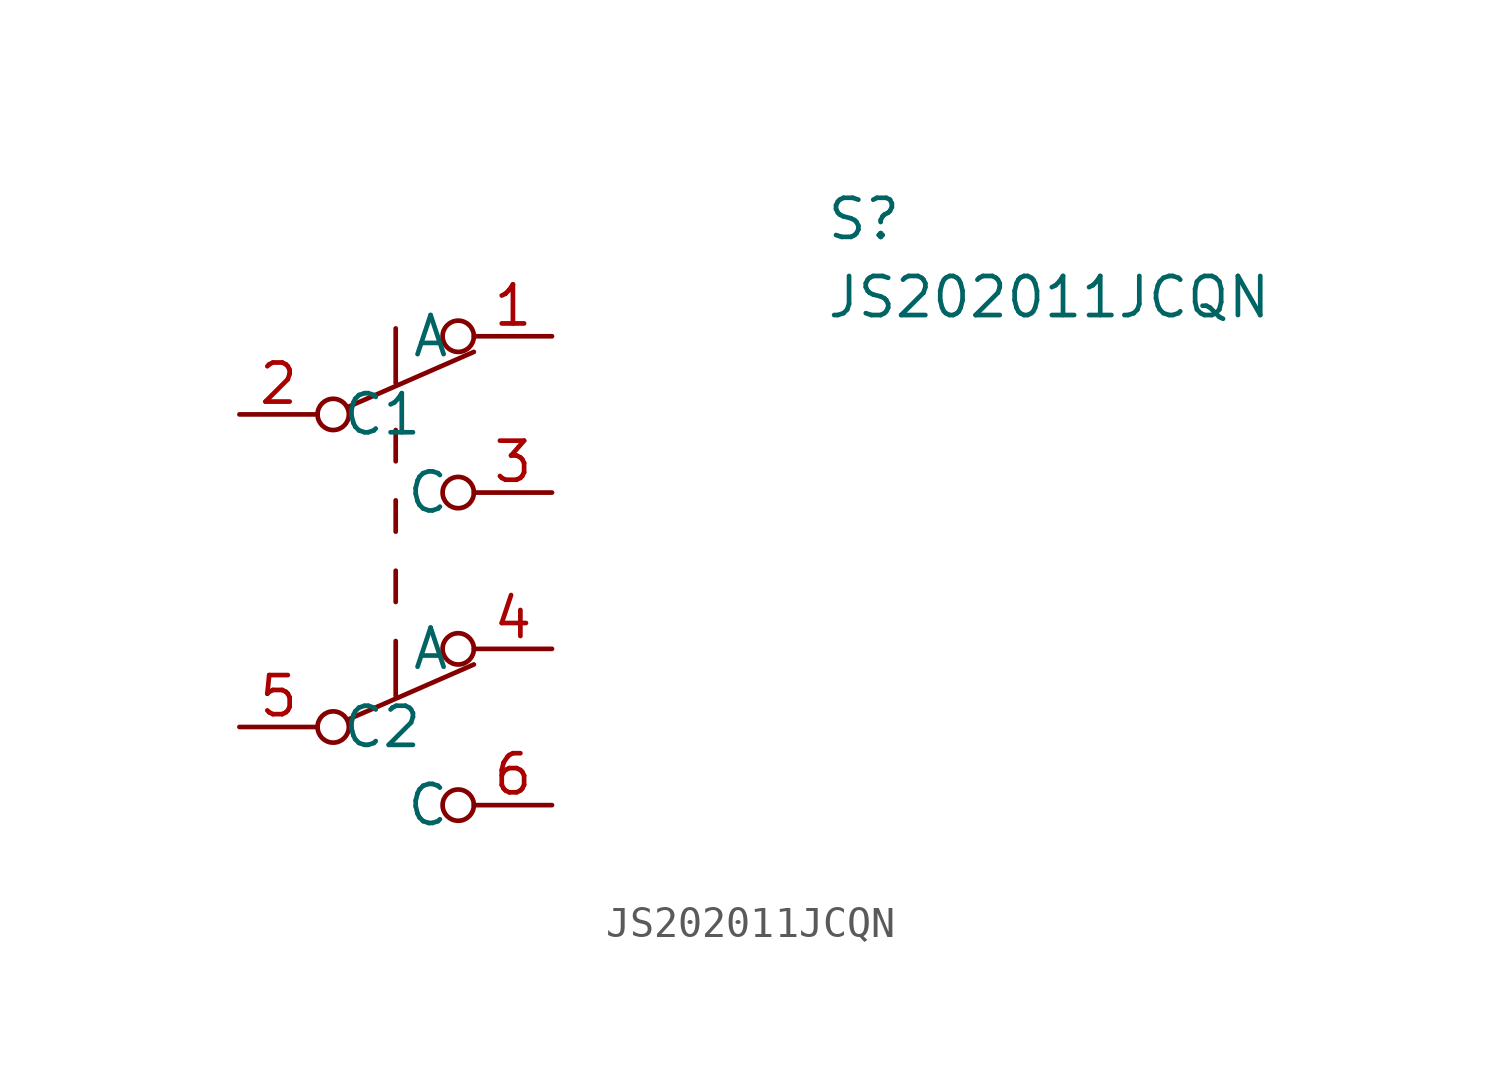
<source format=kicad_sym>
(kicad_symbol_lib
  (version 20211014)
  (generator kicad_symbol_editor)
  (symbol "JS202011JCQN"
    (pin_names
      (offset 0.762))
    (property "Reference" "S"
      (at 19.05 6.35 0)
      (effects (font (size 1.27 1.27)) (justify left)))
    (property "Value" "JS202011JCQN"
      (at 19.05 3.81 0)
      (effects (font (size 1.27 1.27)) (justify left)))
    (symbol "JS202011JCQN_0_0"
      (circle (center 3.048 -10.16) (radius 0.508) (stroke (width 0) (type default) (color 0 0 0 0)) (fill (type none)))
      (circle (center 3.048 0) (radius 0.508) (stroke (width 0) (type default) (color 0 0 0 0)) (fill (type none)))
      (circle (center 7.112 -12.7) (radius 0.508) (stroke (width 0) (type default) (color 0 0 0 0)) (fill (type none)))
      (circle (center 7.112 -2.54) (radius 0.508) (stroke (width 0) (type default) (color 0 0 0 0)) (fill (type none))))
    (symbol "JS202011JCQN_0_1"
      (polyline (pts (xy 3.556 -9.906) (xy 7.62 -8.128)) (stroke (width 0) (type default) (color 0 0 0 0)) (fill (type none)))
      (polyline (pts (xy 3.556 0.254) (xy 7.62 2.032)) (stroke (width 0) (type default) (color 0 0 0 0)) (fill (type none)))
      (polyline (pts (xy 5.08 -7.366) (xy 5.08 -9.144)) (stroke (width 0) (type default) (color 0 0 0 0)) (fill (type none)))
      (polyline (pts (xy 5.08 -6.096) (xy 5.08 -5.08)) (stroke (width 0) (type default) (color 0 0 0 0)) (fill (type none)))
      (polyline (pts (xy 5.08 -3.81) (xy 5.08 -2.794)) (stroke (width 0) (type default) (color 0 0 0 0)) (fill (type none)))
      (polyline (pts (xy 5.08 -1.524) (xy 5.08 -0.508)) (stroke (width 0) (type default) (color 0 0 0 0)) (fill (type none)))
      (polyline (pts (xy 5.08 2.794) (xy 5.08 1.016)) (stroke (width 0) (type default) (color 0 0 0 0)) (fill (type none)))
      (circle (center 7.112 -7.62) (radius 0.508) (stroke (width 0) (type default) (color 0 0 0 0)) (fill (type none)))
      (circle (center 7.112 2.54) (radius 0.508) (stroke (width 0) (type default) (color 0 0 0 0)) (fill (type none))))
    (symbol "JS202011JCQN_1_1"
      (pin passive line (at 10.16 2.54 180) (length 2.54) (name "A" (effects (font (size 1.27 1.27)))) (number "1" (effects (font (size 1.27 1.27)))))
      (pin passive line (at 0 0 0) (length 2.54) (name "C1" (effects (font (size 1.27 1.27)))) (number "2" (effects (font (size 1.27 1.27)))))
      (pin passive line (at 10.16 -2.54 180) (length 2.54) (name "C" (effects (font (size 1.27 1.27)))) (number "3" (effects (font (size 1.27 1.27)))))
      (pin passive line (at 10.16 -7.62 180) (length 2.54) (name "A" (effects (font (size 1.27 1.27)))) (number "4" (effects (font (size 1.27 1.27)))))
      (pin passive line (at 0 -10.16 0) (length 2.54) (name "C2" (effects (font (size 1.27 1.27)))) (number "5" (effects (font (size 1.27 1.27)))))
      (pin passive line (at 10.16 -12.7 180) (length 2.54) (name "C" (effects (font (size 1.27 1.27)))) (number "6" (effects (font (size 1.27 1.27))))))))
</source>
